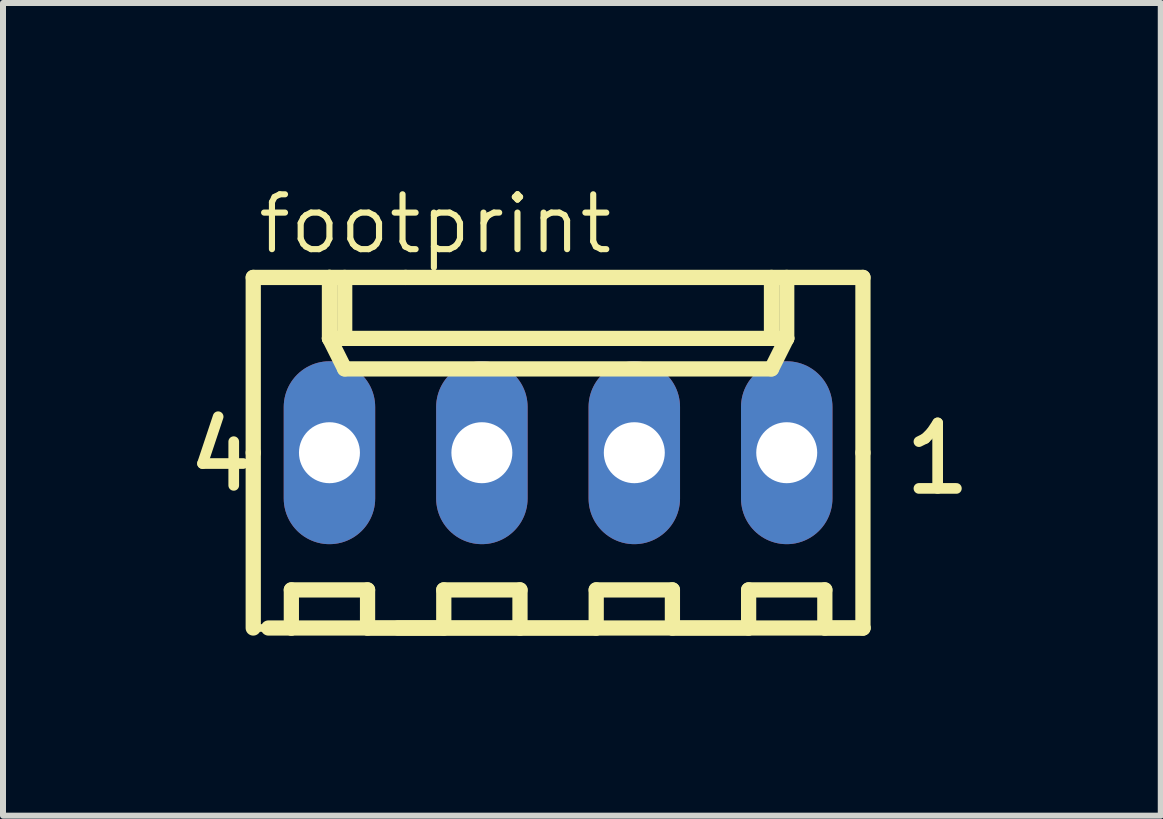
<source format=kicad_pcb>
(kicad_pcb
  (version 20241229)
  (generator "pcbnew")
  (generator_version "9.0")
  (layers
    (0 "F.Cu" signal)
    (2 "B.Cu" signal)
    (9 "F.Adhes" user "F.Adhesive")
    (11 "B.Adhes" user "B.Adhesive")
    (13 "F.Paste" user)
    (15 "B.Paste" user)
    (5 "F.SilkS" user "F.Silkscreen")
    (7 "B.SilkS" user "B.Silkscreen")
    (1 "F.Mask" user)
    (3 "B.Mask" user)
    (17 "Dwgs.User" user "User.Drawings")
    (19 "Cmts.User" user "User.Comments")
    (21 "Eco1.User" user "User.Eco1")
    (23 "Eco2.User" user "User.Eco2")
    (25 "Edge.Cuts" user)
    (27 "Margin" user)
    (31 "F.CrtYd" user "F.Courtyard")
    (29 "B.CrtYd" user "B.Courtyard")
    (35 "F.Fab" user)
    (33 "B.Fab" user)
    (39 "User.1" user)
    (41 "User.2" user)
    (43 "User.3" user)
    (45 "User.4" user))
  (footprint "footprint"
    (layer "F.Cu")
    (at 6.25 4.494)
    (property "Reference" "footprint" (at -5.053 -3.275 0) (layer "F.SilkS") (effects (font (size 0.914 0.914) (thickness 0.102)) (justify left bottom)))
    (fp_line (start -5.08 -2.921) (end -3.81 -2.921) (stroke (width 0.254) (type solid)) (layer "F.SilkS"))
    (fp_line (start -5.08 0) (end -5.08 -2.921) (stroke (width 0.254) (type solid)) (layer "F.SilkS"))
    (fp_line (start -5.08 0) (end -5.08 2.921) (stroke (width 0.254) (type solid)) (layer "F.SilkS"))
    (fp_line (start -5.08 2.921) (end -2.667 2.921) (stroke (width 0.127) (type solid)) (layer "F.SilkS"))
    (fp_line (start -4.826 2.921) (end -4.445 2.921) (stroke (width 0.254) (type solid)) (layer "F.SilkS"))
    (fp_line (start -4.445 2.286) (end -3.175 2.286) (stroke (width 0.254) (type solid)) (layer "F.SilkS"))
    (fp_line (start -4.445 2.921) (end -4.445 2.286) (stroke (width 0.254) (type solid)) (layer "F.SilkS"))
    (fp_line (start -3.81 -2.921) (end -2.54 -2.921) (stroke (width 0.254) (type solid)) (layer "F.SilkS"))
    (fp_line (start -3.81 -2.54) (end -3.81 -2.921) (stroke (width 0.127) (type solid)) (layer "F.SilkS"))
    (fp_line (start -3.81 -1.905) (end -3.81 -2.921) (stroke (width 0.254) (type solid)) (layer "F.SilkS"))
    (fp_line (start -3.81 -1.905) (end -3.556 -1.905) (stroke (width 0.254) (type solid)) (layer "F.SilkS"))
    (fp_line (start -3.81 -1.905) (end -3.556 -1.397) (stroke (width 0.254) (type solid)) (layer "F.SilkS"))
    (fp_line (start -3.556 -2.921) (end -3.81 -2.921) (stroke (width 0.127) (type solid)) (layer "F.SilkS"))
    (fp_line (start -3.556 -2.921) (end -3.556 -1.905) (stroke (width 0.254) (type solid)) (layer "F.SilkS"))
    (fp_line (start -3.556 -1.905) (end 3.556 -1.905) (stroke (width 0.254) (type solid)) (layer "F.SilkS"))
    (fp_line (start -3.556 -1.397) (end 3.556 -1.397) (stroke (width 0.254) (type solid)) (layer "F.SilkS"))
    (fp_line (start -3.175 2.286) (end -3.175 2.921) (stroke (width 0.254) (type solid)) (layer "F.SilkS"))
    (fp_line (start -3.175 2.921) (end -1.905 2.921) (stroke (width 0.254) (type solid)) (layer "F.SilkS"))
    (fp_line (start -1.905 2.286) (end -0.635 2.286) (stroke (width 0.254) (type solid)) (layer "F.SilkS"))
    (fp_line (start -1.905 2.921) (end -1.905 2.286) (stroke (width 0.254) (type solid)) (layer "F.SilkS"))
    (fp_line (start -0.635 2.286) (end -0.635 2.921) (stroke (width 0.254) (type solid)) (layer "F.SilkS"))
    (fp_line (start -0.635 2.921) (end -4.445 2.921) (stroke (width 0.254) (type solid)) (layer "F.SilkS"))
    (fp_line (start -0.635 2.921) (end 0.635 2.921) (stroke (width 0.254) (type solid)) (layer "F.SilkS"))
    (fp_line (start 0.635 2.286) (end 1.905 2.286) (stroke (width 0.254) (type solid)) (layer "F.SilkS"))
    (fp_line (start 0.635 2.921) (end 0.635 2.286) (stroke (width 0.254) (type solid)) (layer "F.SilkS"))
    (fp_line (start 1.905 2.286) (end 1.905 2.921) (stroke (width 0.254) (type solid)) (layer "F.SilkS"))
    (fp_line (start 1.905 2.921) (end 3.175 2.921) (stroke (width 0.254) (type solid)) (layer "F.SilkS"))
    (fp_line (start 3.175 2.286) (end 4.445 2.286) (stroke (width 0.254) (type solid)) (layer "F.SilkS"))
    (fp_line (start 3.175 2.921) (end 3.175 2.286) (stroke (width 0.254) (type solid)) (layer "F.SilkS"))
    (fp_line (start 3.556 -2.921) (end 3.556 -1.905) (stroke (width 0.254) (type solid)) (layer "F.SilkS"))
    (fp_line (start 3.556 -1.905) (end 3.81 -1.905) (stroke (width 0.254) (type solid)) (layer "F.SilkS"))
    (fp_line (start 3.556 -1.397) (end 3.81 -1.905) (stroke (width 0.254) (type solid)) (layer "F.SilkS"))
    (fp_line (start 3.81 -1.905) (end 3.81 -2.921) (stroke (width 0.254) (type solid)) (layer "F.SilkS"))
    (fp_line (start 4.445 2.286) (end 4.445 2.921) (stroke (width 0.254) (type solid)) (layer "F.SilkS"))
    (fp_line (start 4.445 2.921) (end 5.08 2.921) (stroke (width 0.254) (type solid)) (layer "F.SilkS"))
    (fp_line (start 5.08 -2.921) (end -2.54 -2.921) (stroke (width 0.254) (type solid)) (layer "F.SilkS"))
    (fp_line (start 5.08 0) (end 5.08 -2.921) (stroke (width 0.254) (type solid)) (layer "F.SilkS"))
    (fp_line (start 5.08 0) (end 5.08 2.921) (stroke (width 0.254) (type solid)) (layer "F.SilkS"))
    (fp_line (start 5.08 2.921) (end -2.667 2.921) (stroke (width 0.254) (type solid)) (layer "F.SilkS"))
    (fp_poly (pts (xy -4.064 0.254) (xy -3.556 0.254) (xy -3.556 -0.254) (xy -4.064 -0.254)) (stroke (width 0.1) (type solid)) (fill no) (layer "F.Fab"))
    (fp_poly (pts (xy -1.524 0.254) (xy -1.016 0.254) (xy -1.016 -0.254) (xy -1.524 -0.254)) (stroke (width 0.1) (type solid)) (fill no) (layer "F.Fab"))
    (fp_poly (pts (xy 1.016 0.254) (xy 1.524 0.254) (xy 1.524 -0.254) (xy 1.016 -0.254)) (stroke (width 0.1) (type solid)) (fill no) (layer "F.Fab"))
    (fp_poly (pts (xy 3.556 0.254) (xy 4.064 0.254) (xy 4.064 -0.254) (xy 3.556 -0.254)) (stroke (width 0.1) (type solid)) (fill no) (layer "F.Fab"))
    (fp_text user "1" (at 5.688 0.738 0) (layer "F.SilkS") (effects (font (size 1.092 1.092) (thickness 0.178)) (justify left bottom)))
    (fp_text user "4" (at -6.25 0.687 0) (layer "F.SilkS") (effects (font (size 1.092 1.092) (thickness 0.178)) (justify left bottom)))
    (pad "1" thru_hole oval (at 3.81 0 90) (size 3.048 1.524) (drill 1.016) (layers "*.Cu" "*.Mask"))
    (pad "2" thru_hole oval (at 1.27 0 90) (size 3.048 1.524) (drill 1.016) (layers "*.Cu" "*.Mask"))
    (pad "3" thru_hole oval (at -1.27 0 90) (size 3.048 1.524) (drill 1.016) (layers "*.Cu" "*.Mask"))
    (pad "4" thru_hole oval (at -3.81 0 90) (size 3.048 1.524) (drill 1.016) (layers "*.Cu" "*.Mask")))
  (gr_rect
    (start -3 -3)
    (end 16.293 10.542)
    (stroke (width 0.1) (type default))
    (fill no)
    (layer "Edge.Cuts")))
</source>
